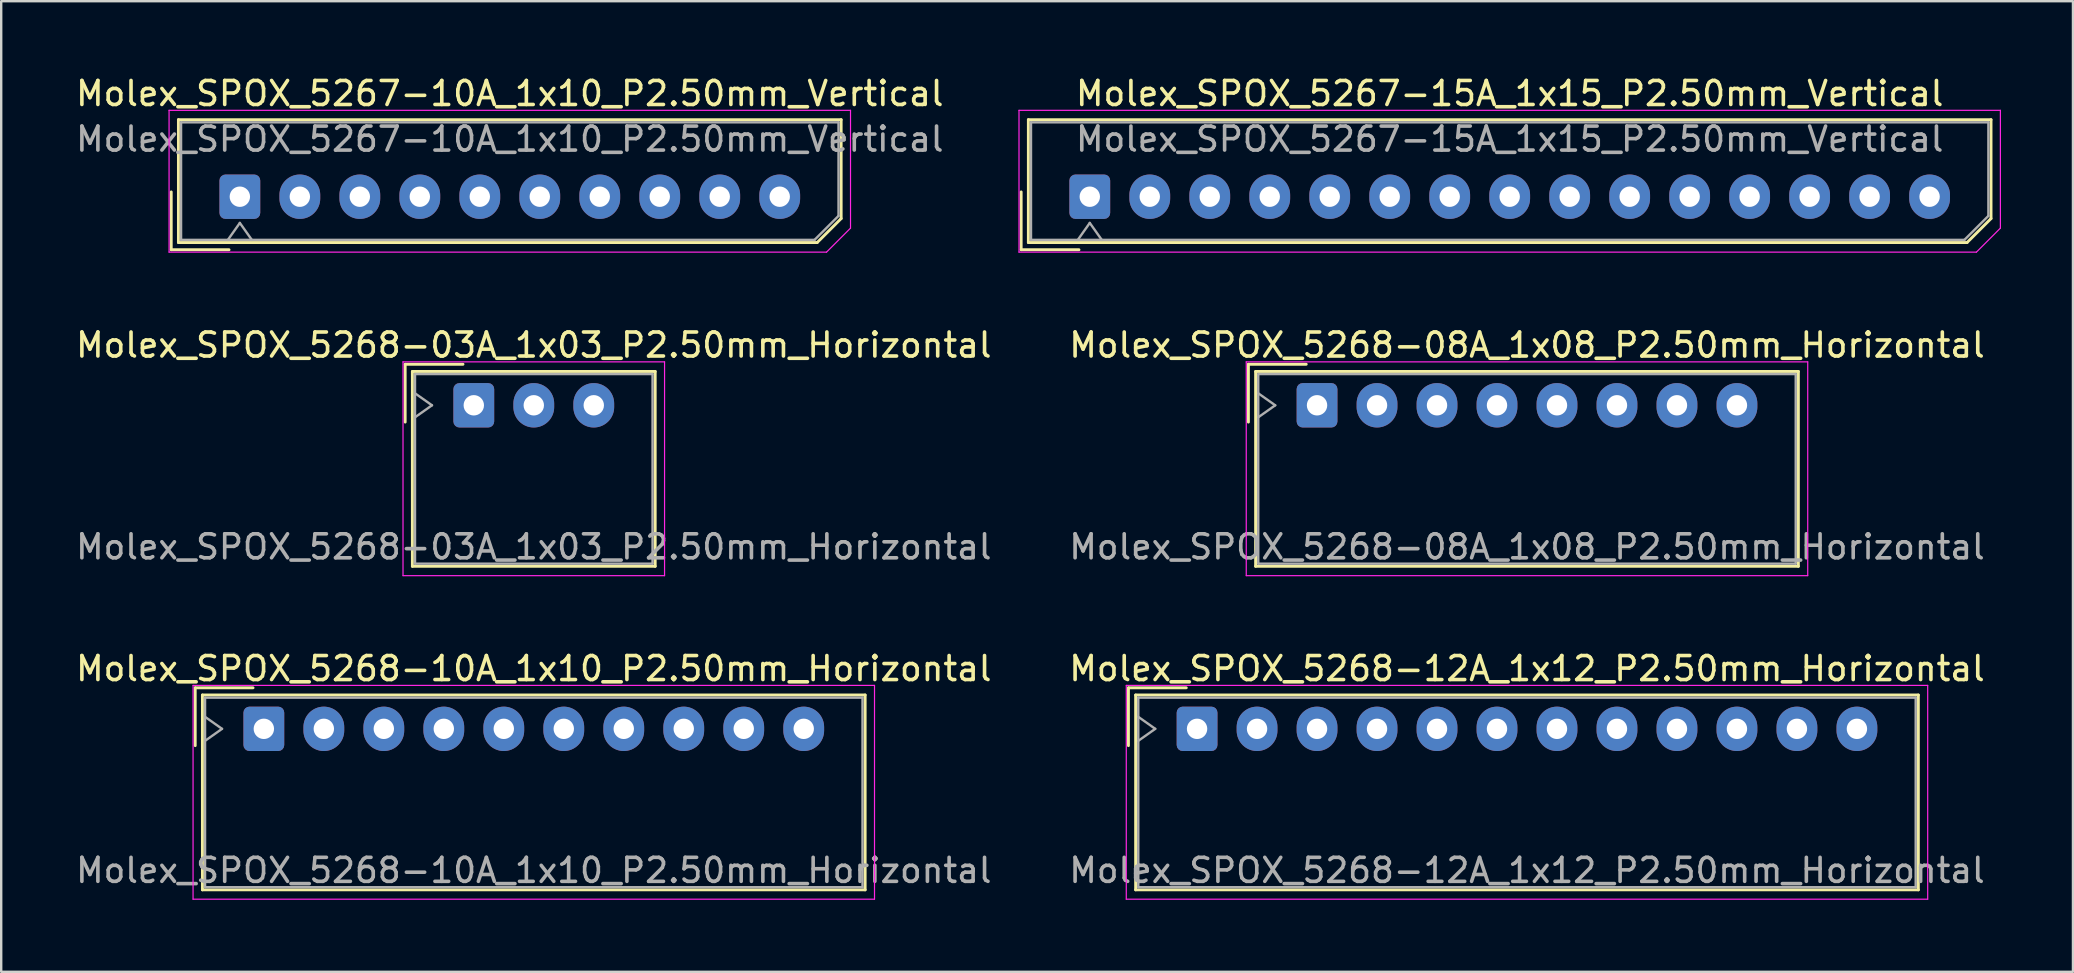
<source format=kicad_pcb>
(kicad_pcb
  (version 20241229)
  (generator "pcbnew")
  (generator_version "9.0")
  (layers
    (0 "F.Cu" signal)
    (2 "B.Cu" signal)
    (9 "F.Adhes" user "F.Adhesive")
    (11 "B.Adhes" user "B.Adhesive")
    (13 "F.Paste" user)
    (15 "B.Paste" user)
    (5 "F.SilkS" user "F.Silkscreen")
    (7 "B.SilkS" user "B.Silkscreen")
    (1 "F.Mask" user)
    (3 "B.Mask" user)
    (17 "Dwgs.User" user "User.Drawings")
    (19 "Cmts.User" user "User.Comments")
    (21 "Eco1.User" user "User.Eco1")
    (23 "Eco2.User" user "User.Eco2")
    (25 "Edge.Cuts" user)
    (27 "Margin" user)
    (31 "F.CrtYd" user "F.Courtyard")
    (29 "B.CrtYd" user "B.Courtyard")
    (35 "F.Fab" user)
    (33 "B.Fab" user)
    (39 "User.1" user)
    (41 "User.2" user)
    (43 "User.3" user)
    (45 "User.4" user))
  (footprint "Molex_SPOX_5268-10A_1x10_P2.50mm_Horizontal"
    (layer "F.Cu")
    (at 7.946 27.325)
    (property "Reference" "Molex_SPOX_5268-10A_1x10_P2.50mm_Horizontal" (at 11.25 -2.51 0) (layer "F.SilkS") (effects (font (size 1 1) (thickness 0.15))))
    (attr through_hole)
    (fp_line (start -2.86 -1.71) (end -0.45 -1.71) (stroke (width 0.12) (type solid)) (layer "F.SilkS"))
    (fp_line (start -2.86 0.7) (end -2.86 -1.71) (stroke (width 0.12) (type solid)) (layer "F.SilkS"))
    (fp_line (start -2.56 -1.41) (end -2.56 6.71) (stroke (width 0.12) (type solid)) (layer "F.SilkS"))
    (fp_line (start -2.56 6.71) (end 25.06 6.71) (stroke (width 0.12) (type solid)) (layer "F.SilkS"))
    (fp_line (start 25.06 -1.41) (end -2.56 -1.41) (stroke (width 0.12) (type solid)) (layer "F.SilkS"))
    (fp_line (start 25.06 6.71) (end 25.06 -1.41) (stroke (width 0.12) (type solid)) (layer "F.SilkS"))
    (fp_line (start -2.95 -1.81) (end -2.95 7.1) (stroke (width 0.05) (type solid)) (layer "F.CrtYd"))
    (fp_line (start -2.95 7.1) (end 25.45 7.1) (stroke (width 0.05) (type solid)) (layer "F.CrtYd"))
    (fp_line (start 25.45 -1.81) (end -2.95 -1.81) (stroke (width 0.05) (type solid)) (layer "F.CrtYd"))
    (fp_line (start 25.45 7.1) (end 25.45 -1.81) (stroke (width 0.05) (type solid)) (layer "F.CrtYd"))
    (fp_line (start -2.45 -1.3) (end -2.45 6.6) (stroke (width 0.1) (type solid)) (layer "F.Fab"))
    (fp_line (start -2.45 0.5) (end -1.743 0) (stroke (width 0.1) (type solid)) (layer "F.Fab"))
    (fp_line (start -2.45 6.6) (end 24.95 6.6) (stroke (width 0.1) (type solid)) (layer "F.Fab"))
    (fp_line (start -1.743 0) (end -2.45 -0.5) (stroke (width 0.1) (type solid)) (layer "F.Fab"))
    (fp_line (start 24.95 -1.3) (end -2.45 -1.3) (stroke (width 0.1) (type solid)) (layer "F.Fab"))
    (fp_line (start 24.95 6.6) (end 24.95 -1.3) (stroke (width 0.1) (type solid)) (layer "F.Fab"))
    (fp_text user "${REFERENCE}" (at 11.25 5.9 0) (layer "F.Fab") (effects (font (size 1 1) (thickness 0.15))))
    (pad "1" thru_hole roundrect (at 0 0) (size 1.7 1.85) (drill 0.85) (layers "*.Cu" "*.Mask") (roundrect_rratio 0.147))
    (pad "2" thru_hole oval (at 2.5 0) (size 1.7 1.85) (drill 0.85) (layers "*.Cu" "*.Mask"))
    (pad "3" thru_hole oval (at 5 0) (size 1.7 1.85) (drill 0.85) (layers "*.Cu" "*.Mask"))
    (pad "4" thru_hole oval (at 7.5 0) (size 1.7 1.85) (drill 0.85) (layers "*.Cu" "*.Mask"))
    (pad "5" thru_hole oval (at 10 0) (size 1.7 1.85) (drill 0.85) (layers "*.Cu" "*.Mask"))
    (pad "6" thru_hole oval (at 12.5 0) (size 1.7 1.85) (drill 0.85) (layers "*.Cu" "*.Mask"))
    (pad "7" thru_hole oval (at 15 0) (size 1.7 1.85) (drill 0.85) (layers "*.Cu" "*.Mask"))
    (pad "8" thru_hole oval (at 17.5 0) (size 1.7 1.85) (drill 0.85) (layers "*.Cu" "*.Mask"))
    (pad "9" thru_hole oval (at 20 0) (size 1.7 1.85) (drill 0.85) (layers "*.Cu" "*.Mask"))
    (pad "10" thru_hole oval (at 22.5 0) (size 1.7 1.85) (drill 0.85) (layers "*.Cu" "*.Mask")))
  (footprint "Molex_SPOX_5268-12A_1x12_P2.50mm_Horizontal"
    (layer "F.Cu")
    (at 46.839 27.325)
    (property "Reference" "Molex_SPOX_5268-12A_1x12_P2.50mm_Horizontal" (at 13.75 -2.51 0) (layer "F.SilkS") (effects (font (size 1 1) (thickness 0.15))))
    (attr through_hole)
    (fp_line (start -2.86 -1.71) (end -0.45 -1.71) (stroke (width 0.12) (type solid)) (layer "F.SilkS"))
    (fp_line (start -2.86 0.7) (end -2.86 -1.71) (stroke (width 0.12) (type solid)) (layer "F.SilkS"))
    (fp_line (start -2.56 -1.41) (end -2.56 6.71) (stroke (width 0.12) (type solid)) (layer "F.SilkS"))
    (fp_line (start -2.56 6.71) (end 30.06 6.71) (stroke (width 0.12) (type solid)) (layer "F.SilkS"))
    (fp_line (start 30.06 -1.41) (end -2.56 -1.41) (stroke (width 0.12) (type solid)) (layer "F.SilkS"))
    (fp_line (start 30.06 6.71) (end 30.06 -1.41) (stroke (width 0.12) (type solid)) (layer "F.SilkS"))
    (fp_line (start -2.95 -1.81) (end -2.95 7.1) (stroke (width 0.05) (type solid)) (layer "F.CrtYd"))
    (fp_line (start -2.95 7.1) (end 30.45 7.1) (stroke (width 0.05) (type solid)) (layer "F.CrtYd"))
    (fp_line (start 30.45 -1.81) (end -2.95 -1.81) (stroke (width 0.05) (type solid)) (layer "F.CrtYd"))
    (fp_line (start 30.45 7.1) (end 30.45 -1.81) (stroke (width 0.05) (type solid)) (layer "F.CrtYd"))
    (fp_line (start -2.45 -1.3) (end -2.45 6.6) (stroke (width 0.1) (type solid)) (layer "F.Fab"))
    (fp_line (start -2.45 0.5) (end -1.743 0) (stroke (width 0.1) (type solid)) (layer "F.Fab"))
    (fp_line (start -2.45 6.6) (end 29.95 6.6) (stroke (width 0.1) (type solid)) (layer "F.Fab"))
    (fp_line (start -1.743 0) (end -2.45 -0.5) (stroke (width 0.1) (type solid)) (layer "F.Fab"))
    (fp_line (start 29.95 -1.3) (end -2.45 -1.3) (stroke (width 0.1) (type solid)) (layer "F.Fab"))
    (fp_line (start 29.95 6.6) (end 29.95 -1.3) (stroke (width 0.1) (type solid)) (layer "F.Fab"))
    (fp_text user "${REFERENCE}" (at 13.75 5.9 0) (layer "F.Fab") (effects (font (size 1 1) (thickness 0.15))))
    (pad "1" thru_hole roundrect (at 0 0) (size 1.7 1.85) (drill 0.85) (layers "*.Cu" "*.Mask") (roundrect_rratio 0.147))
    (pad "2" thru_hole oval (at 2.5 0) (size 1.7 1.85) (drill 0.85) (layers "*.Cu" "*.Mask"))
    (pad "3" thru_hole oval (at 5 0) (size 1.7 1.85) (drill 0.85) (layers "*.Cu" "*.Mask"))
    (pad "4" thru_hole oval (at 7.5 0) (size 1.7 1.85) (drill 0.85) (layers "*.Cu" "*.Mask"))
    (pad "5" thru_hole oval (at 10 0) (size 1.7 1.85) (drill 0.85) (layers "*.Cu" "*.Mask"))
    (pad "6" thru_hole oval (at 12.5 0) (size 1.7 1.85) (drill 0.85) (layers "*.Cu" "*.Mask"))
    (pad "7" thru_hole oval (at 15 0) (size 1.7 1.85) (drill 0.85) (layers "*.Cu" "*.Mask"))
    (pad "8" thru_hole oval (at 17.5 0) (size 1.7 1.85) (drill 0.85) (layers "*.Cu" "*.Mask"))
    (pad "9" thru_hole oval (at 20 0) (size 1.7 1.85) (drill 0.85) (layers "*.Cu" "*.Mask"))
    (pad "10" thru_hole oval (at 22.5 0) (size 1.7 1.85) (drill 0.85) (layers "*.Cu" "*.Mask"))
    (pad "11" thru_hole oval (at 25 0) (size 1.7 1.85) (drill 0.85) (layers "*.Cu" "*.Mask"))
    (pad "12" thru_hole oval (at 27.5 0) (size 1.7 1.85) (drill 0.85) (layers "*.Cu" "*.Mask")))
  (footprint "Molex_SPOX_5267-10A_1x10_P2.50mm_Vertical"
    (layer "F.Cu")
    (at 6.946 5.148)
    (property "Reference" "Molex_SPOX_5267-10A_1x10_P2.50mm_Vertical" (at 11.25 -4.3 0) (layer "F.SilkS") (effects (font (size 1 1) (thickness 0.15))))
    (attr through_hole)
    (fp_line (start -2.86 -0.2) (end -2.86 2.21) (stroke (width 0.12) (type solid)) (layer "F.SilkS"))
    (fp_line (start -2.86 2.21) (end -0.45 2.21) (stroke (width 0.12) (type solid)) (layer "F.SilkS"))
    (fp_line (start -2.56 -3.21) (end -2.56 1.91) (stroke (width 0.12) (type solid)) (layer "F.SilkS"))
    (fp_line (start -2.56 1.91) (end 24.06 1.91) (stroke (width 0.12) (type solid)) (layer "F.SilkS"))
    (fp_line (start 24.06 1.91) (end 25.06 0.91) (stroke (width 0.12) (type solid)) (layer "F.SilkS"))
    (fp_line (start 25.06 -3.21) (end -2.56 -3.21) (stroke (width 0.12) (type solid)) (layer "F.SilkS"))
    (fp_line (start 25.06 0.91) (end 25.06 -3.21) (stroke (width 0.12) (type solid)) (layer "F.SilkS"))
    (fp_line (start -2.95 -3.6) (end -2.95 2.31) (stroke (width 0.05) (type solid)) (layer "F.CrtYd"))
    (fp_line (start -2.95 2.31) (end 24.45 2.31) (stroke (width 0.05) (type solid)) (layer "F.CrtYd"))
    (fp_line (start 24.45 2.31) (end 25.45 1.31) (stroke (width 0.05) (type solid)) (layer "F.CrtYd"))
    (fp_line (start 25.45 -3.6) (end -2.95 -3.6) (stroke (width 0.05) (type solid)) (layer "F.CrtYd"))
    (fp_line (start 25.45 1.31) (end 25.45 -3.6) (stroke (width 0.05) (type solid)) (layer "F.CrtYd"))
    (fp_line (start -2.45 -3.1) (end -2.45 1.8) (stroke (width 0.1) (type solid)) (layer "F.Fab"))
    (fp_line (start -2.45 1.8) (end 23.95 1.8) (stroke (width 0.1) (type solid)) (layer "F.Fab"))
    (fp_line (start -0.5 1.8) (end 0 1.093) (stroke (width 0.1) (type solid)) (layer "F.Fab"))
    (fp_line (start 0 1.093) (end 0.5 1.8) (stroke (width 0.1) (type solid)) (layer "F.Fab"))
    (fp_line (start 23.95 1.8) (end 24.95 0.8) (stroke (width 0.1) (type solid)) (layer "F.Fab"))
    (fp_line (start 24.95 -3.1) (end -2.45 -3.1) (stroke (width 0.1) (type solid)) (layer "F.Fab"))
    (fp_line (start 24.95 0.8) (end 24.95 -3.1) (stroke (width 0.1) (type solid)) (layer "F.Fab"))
    (fp_text user "${REFERENCE}" (at 11.25 -2.4 0) (layer "F.Fab") (effects (font (size 1 1) (thickness 0.15))))
    (pad "1" thru_hole roundrect (at 0 0) (size 1.7 1.85) (drill 0.85) (layers "*.Cu" "*.Mask") (roundrect_rratio 0.147))
    (pad "2" thru_hole oval (at 2.5 0) (size 1.7 1.85) (drill 0.85) (layers "*.Cu" "*.Mask"))
    (pad "3" thru_hole oval (at 5 0) (size 1.7 1.85) (drill 0.85) (layers "*.Cu" "*.Mask"))
    (pad "4" thru_hole oval (at 7.5 0) (size 1.7 1.85) (drill 0.85) (layers "*.Cu" "*.Mask"))
    (pad "5" thru_hole oval (at 10 0) (size 1.7 1.85) (drill 0.85) (layers "*.Cu" "*.Mask"))
    (pad "6" thru_hole oval (at 12.5 0) (size 1.7 1.85) (drill 0.85) (layers "*.Cu" "*.Mask"))
    (pad "7" thru_hole oval (at 15 0) (size 1.7 1.85) (drill 0.85) (layers "*.Cu" "*.Mask"))
    (pad "8" thru_hole oval (at 17.5 0) (size 1.7 1.85) (drill 0.85) (layers "*.Cu" "*.Mask"))
    (pad "9" thru_hole oval (at 20 0) (size 1.7 1.85) (drill 0.85) (layers "*.Cu" "*.Mask"))
    (pad "10" thru_hole oval (at 22.5 0) (size 1.7 1.85) (drill 0.85) (layers "*.Cu" "*.Mask")))
  (footprint "Molex_SPOX_5267-15A_1x15_P2.50mm_Vertical"
    (layer "F.Cu")
    (at 42.368 5.148)
    (property "Reference" "Molex_SPOX_5267-15A_1x15_P2.50mm_Vertical" (at 17.5 -4.3 0) (layer "F.SilkS") (effects (font (size 1 1) (thickness 0.15))))
    (attr through_hole)
    (fp_line (start -2.86 -0.2) (end -2.86 2.21) (stroke (width 0.12) (type solid)) (layer "F.SilkS"))
    (fp_line (start -2.86 2.21) (end -0.45 2.21) (stroke (width 0.12) (type solid)) (layer "F.SilkS"))
    (fp_line (start -2.56 -3.21) (end -2.56 1.91) (stroke (width 0.12) (type solid)) (layer "F.SilkS"))
    (fp_line (start -2.56 1.91) (end 36.56 1.91) (stroke (width 0.12) (type solid)) (layer "F.SilkS"))
    (fp_line (start 36.56 1.91) (end 37.56 0.91) (stroke (width 0.12) (type solid)) (layer "F.SilkS"))
    (fp_line (start 37.56 -3.21) (end -2.56 -3.21) (stroke (width 0.12) (type solid)) (layer "F.SilkS"))
    (fp_line (start 37.56 0.91) (end 37.56 -3.21) (stroke (width 0.12) (type solid)) (layer "F.SilkS"))
    (fp_line (start -2.95 -3.6) (end -2.95 2.31) (stroke (width 0.05) (type solid)) (layer "F.CrtYd"))
    (fp_line (start -2.95 2.31) (end 36.95 2.31) (stroke (width 0.05) (type solid)) (layer "F.CrtYd"))
    (fp_line (start 36.95 2.31) (end 37.95 1.31) (stroke (width 0.05) (type solid)) (layer "F.CrtYd"))
    (fp_line (start 37.95 -3.6) (end -2.95 -3.6) (stroke (width 0.05) (type solid)) (layer "F.CrtYd"))
    (fp_line (start 37.95 1.31) (end 37.95 -3.6) (stroke (width 0.05) (type solid)) (layer "F.CrtYd"))
    (fp_line (start -2.45 -3.1) (end -2.45 1.8) (stroke (width 0.1) (type solid)) (layer "F.Fab"))
    (fp_line (start -2.45 1.8) (end 36.45 1.8) (stroke (width 0.1) (type solid)) (layer "F.Fab"))
    (fp_line (start -0.5 1.8) (end 0 1.093) (stroke (width 0.1) (type solid)) (layer "F.Fab"))
    (fp_line (start 0 1.093) (end 0.5 1.8) (stroke (width 0.1) (type solid)) (layer "F.Fab"))
    (fp_line (start 36.45 1.8) (end 37.45 0.8) (stroke (width 0.1) (type solid)) (layer "F.Fab"))
    (fp_line (start 37.45 -3.1) (end -2.45 -3.1) (stroke (width 0.1) (type solid)) (layer "F.Fab"))
    (fp_line (start 37.45 0.8) (end 37.45 -3.1) (stroke (width 0.1) (type solid)) (layer "F.Fab"))
    (fp_text user "${REFERENCE}" (at 17.5 -2.4 0) (layer "F.Fab") (effects (font (size 1 1) (thickness 0.15))))
    (pad "1" thru_hole roundrect (at 0 0) (size 1.7 1.85) (drill 0.85) (layers "*.Cu" "*.Mask") (roundrect_rratio 0.147))
    (pad "2" thru_hole oval (at 2.5 0) (size 1.7 1.85) (drill 0.85) (layers "*.Cu" "*.Mask"))
    (pad "3" thru_hole oval (at 5 0) (size 1.7 1.85) (drill 0.85) (layers "*.Cu" "*.Mask"))
    (pad "4" thru_hole oval (at 7.5 0) (size 1.7 1.85) (drill 0.85) (layers "*.Cu" "*.Mask"))
    (pad "5" thru_hole oval (at 10 0) (size 1.7 1.85) (drill 0.85) (layers "*.Cu" "*.Mask"))
    (pad "6" thru_hole oval (at 12.5 0) (size 1.7 1.85) (drill 0.85) (layers "*.Cu" "*.Mask"))
    (pad "7" thru_hole oval (at 15 0) (size 1.7 1.85) (drill 0.85) (layers "*.Cu" "*.Mask"))
    (pad "8" thru_hole oval (at 17.5 0) (size 1.7 1.85) (drill 0.85) (layers "*.Cu" "*.Mask"))
    (pad "9" thru_hole oval (at 20 0) (size 1.7 1.85) (drill 0.85) (layers "*.Cu" "*.Mask"))
    (pad "10" thru_hole oval (at 22.5 0) (size 1.7 1.85) (drill 0.85) (layers "*.Cu" "*.Mask"))
    (pad "11" thru_hole oval (at 25 0) (size 1.7 1.85) (drill 0.85) (layers "*.Cu" "*.Mask"))
    (pad "12" thru_hole oval (at 27.5 0) (size 1.7 1.85) (drill 0.85) (layers "*.Cu" "*.Mask"))
    (pad "13" thru_hole oval (at 30 0) (size 1.7 1.85) (drill 0.85) (layers "*.Cu" "*.Mask"))
    (pad "14" thru_hole oval (at 32.5 0) (size 1.7 1.85) (drill 0.85) (layers "*.Cu" "*.Mask"))
    (pad "15" thru_hole oval (at 35 0) (size 1.7 1.85) (drill 0.85) (layers "*.Cu" "*.Mask")))
  (footprint "Molex_SPOX_5268-03A_1x03_P2.50mm_Horizontal"
    (layer "F.Cu")
    (at 16.696 13.841)
    (property "Reference" "Molex_SPOX_5268-03A_1x03_P2.50mm_Horizontal" (at 2.5 -2.51 0) (layer "F.SilkS") (effects (font (size 1 1) (thickness 0.15))))
    (attr through_hole)
    (fp_line (start -2.86 -1.71) (end -0.45 -1.71) (stroke (width 0.12) (type solid)) (layer "F.SilkS"))
    (fp_line (start -2.86 0.7) (end -2.86 -1.71) (stroke (width 0.12) (type solid)) (layer "F.SilkS"))
    (fp_line (start -2.56 -1.41) (end -2.56 6.71) (stroke (width 0.12) (type solid)) (layer "F.SilkS"))
    (fp_line (start -2.56 6.71) (end 7.56 6.71) (stroke (width 0.12) (type solid)) (layer "F.SilkS"))
    (fp_line (start 7.56 -1.41) (end -2.56 -1.41) (stroke (width 0.12) (type solid)) (layer "F.SilkS"))
    (fp_line (start 7.56 6.71) (end 7.56 -1.41) (stroke (width 0.12) (type solid)) (layer "F.SilkS"))
    (fp_line (start -2.95 -1.81) (end -2.95 7.1) (stroke (width 0.05) (type solid)) (layer "F.CrtYd"))
    (fp_line (start -2.95 7.1) (end 7.95 7.1) (stroke (width 0.05) (type solid)) (layer "F.CrtYd"))
    (fp_line (start 7.95 -1.81) (end -2.95 -1.81) (stroke (width 0.05) (type solid)) (layer "F.CrtYd"))
    (fp_line (start 7.95 7.1) (end 7.95 -1.81) (stroke (width 0.05) (type solid)) (layer "F.CrtYd"))
    (fp_line (start -2.45 -1.3) (end -2.45 6.6) (stroke (width 0.1) (type solid)) (layer "F.Fab"))
    (fp_line (start -2.45 0.5) (end -1.743 0) (stroke (width 0.1) (type solid)) (layer "F.Fab"))
    (fp_line (start -2.45 6.6) (end 7.45 6.6) (stroke (width 0.1) (type solid)) (layer "F.Fab"))
    (fp_line (start -1.743 0) (end -2.45 -0.5) (stroke (width 0.1) (type solid)) (layer "F.Fab"))
    (fp_line (start 7.45 -1.3) (end -2.45 -1.3) (stroke (width 0.1) (type solid)) (layer "F.Fab"))
    (fp_line (start 7.45 6.6) (end 7.45 -1.3) (stroke (width 0.1) (type solid)) (layer "F.Fab"))
    (fp_text user "${REFERENCE}" (at 2.5 5.9 0) (layer "F.Fab") (effects (font (size 1 1) (thickness 0.15))))
    (pad "1" thru_hole roundrect (at 0 0) (size 1.7 1.85) (drill 0.85) (layers "*.Cu" "*.Mask") (roundrect_rratio 0.147))
    (pad "2" thru_hole oval (at 2.5 0) (size 1.7 1.85) (drill 0.85) (layers "*.Cu" "*.Mask"))
    (pad "3" thru_hole oval (at 5 0) (size 1.7 1.85) (drill 0.85) (layers "*.Cu" "*.Mask")))
  (footprint "Molex_SPOX_5268-08A_1x08_P2.50mm_Horizontal"
    (layer "F.Cu")
    (at 51.839 13.841)
    (property "Reference" "Molex_SPOX_5268-08A_1x08_P2.50mm_Horizontal" (at 8.75 -2.51 0) (layer "F.SilkS") (effects (font (size 1 1) (thickness 0.15))))
    (attr through_hole)
    (fp_line (start -2.86 -1.71) (end -0.45 -1.71) (stroke (width 0.12) (type solid)) (layer "F.SilkS"))
    (fp_line (start -2.86 0.7) (end -2.86 -1.71) (stroke (width 0.12) (type solid)) (layer "F.SilkS"))
    (fp_line (start -2.56 -1.41) (end -2.56 6.71) (stroke (width 0.12) (type solid)) (layer "F.SilkS"))
    (fp_line (start -2.56 6.71) (end 20.06 6.71) (stroke (width 0.12) (type solid)) (layer "F.SilkS"))
    (fp_line (start 20.06 -1.41) (end -2.56 -1.41) (stroke (width 0.12) (type solid)) (layer "F.SilkS"))
    (fp_line (start 20.06 6.71) (end 20.06 -1.41) (stroke (width 0.12) (type solid)) (layer "F.SilkS"))
    (fp_line (start -2.95 -1.81) (end -2.95 7.1) (stroke (width 0.05) (type solid)) (layer "F.CrtYd"))
    (fp_line (start -2.95 7.1) (end 20.45 7.1) (stroke (width 0.05) (type solid)) (layer "F.CrtYd"))
    (fp_line (start 20.45 -1.81) (end -2.95 -1.81) (stroke (width 0.05) (type solid)) (layer "F.CrtYd"))
    (fp_line (start 20.45 7.1) (end 20.45 -1.81) (stroke (width 0.05) (type solid)) (layer "F.CrtYd"))
    (fp_line (start -2.45 -1.3) (end -2.45 6.6) (stroke (width 0.1) (type solid)) (layer "F.Fab"))
    (fp_line (start -2.45 0.5) (end -1.743 0) (stroke (width 0.1) (type solid)) (layer "F.Fab"))
    (fp_line (start -2.45 6.6) (end 19.95 6.6) (stroke (width 0.1) (type solid)) (layer "F.Fab"))
    (fp_line (start -1.743 0) (end -2.45 -0.5) (stroke (width 0.1) (type solid)) (layer "F.Fab"))
    (fp_line (start 19.95 -1.3) (end -2.45 -1.3) (stroke (width 0.1) (type solid)) (layer "F.Fab"))
    (fp_line (start 19.95 6.6) (end 19.95 -1.3) (stroke (width 0.1) (type solid)) (layer "F.Fab"))
    (fp_text user "${REFERENCE}" (at 8.75 5.9 0) (layer "F.Fab") (effects (font (size 1 1) (thickness 0.15))))
    (pad "1" thru_hole roundrect (at 0 0) (size 1.7 1.85) (drill 0.85) (layers "*.Cu" "*.Mask") (roundrect_rratio 0.147))
    (pad "2" thru_hole oval (at 2.5 0) (size 1.7 1.85) (drill 0.85) (layers "*.Cu" "*.Mask"))
    (pad "3" thru_hole oval (at 5 0) (size 1.7 1.85) (drill 0.85) (layers "*.Cu" "*.Mask"))
    (pad "4" thru_hole oval (at 7.5 0) (size 1.7 1.85) (drill 0.85) (layers "*.Cu" "*.Mask"))
    (pad "5" thru_hole oval (at 10 0) (size 1.7 1.85) (drill 0.85) (layers "*.Cu" "*.Mask"))
    (pad "6" thru_hole oval (at 12.5 0) (size 1.7 1.85) (drill 0.85) (layers "*.Cu" "*.Mask"))
    (pad "7" thru_hole oval (at 15 0) (size 1.7 1.85) (drill 0.85) (layers "*.Cu" "*.Mask"))
    (pad "8" thru_hole oval (at 17.5 0) (size 1.7 1.85) (drill 0.85) (layers "*.Cu" "*.Mask")))
  (gr_rect
    (start -3 -3)
    (end 83.343 37.45)
    (stroke (width 0.1) (type default))
    (fill no)
    (layer "Edge.Cuts")))
</source>
